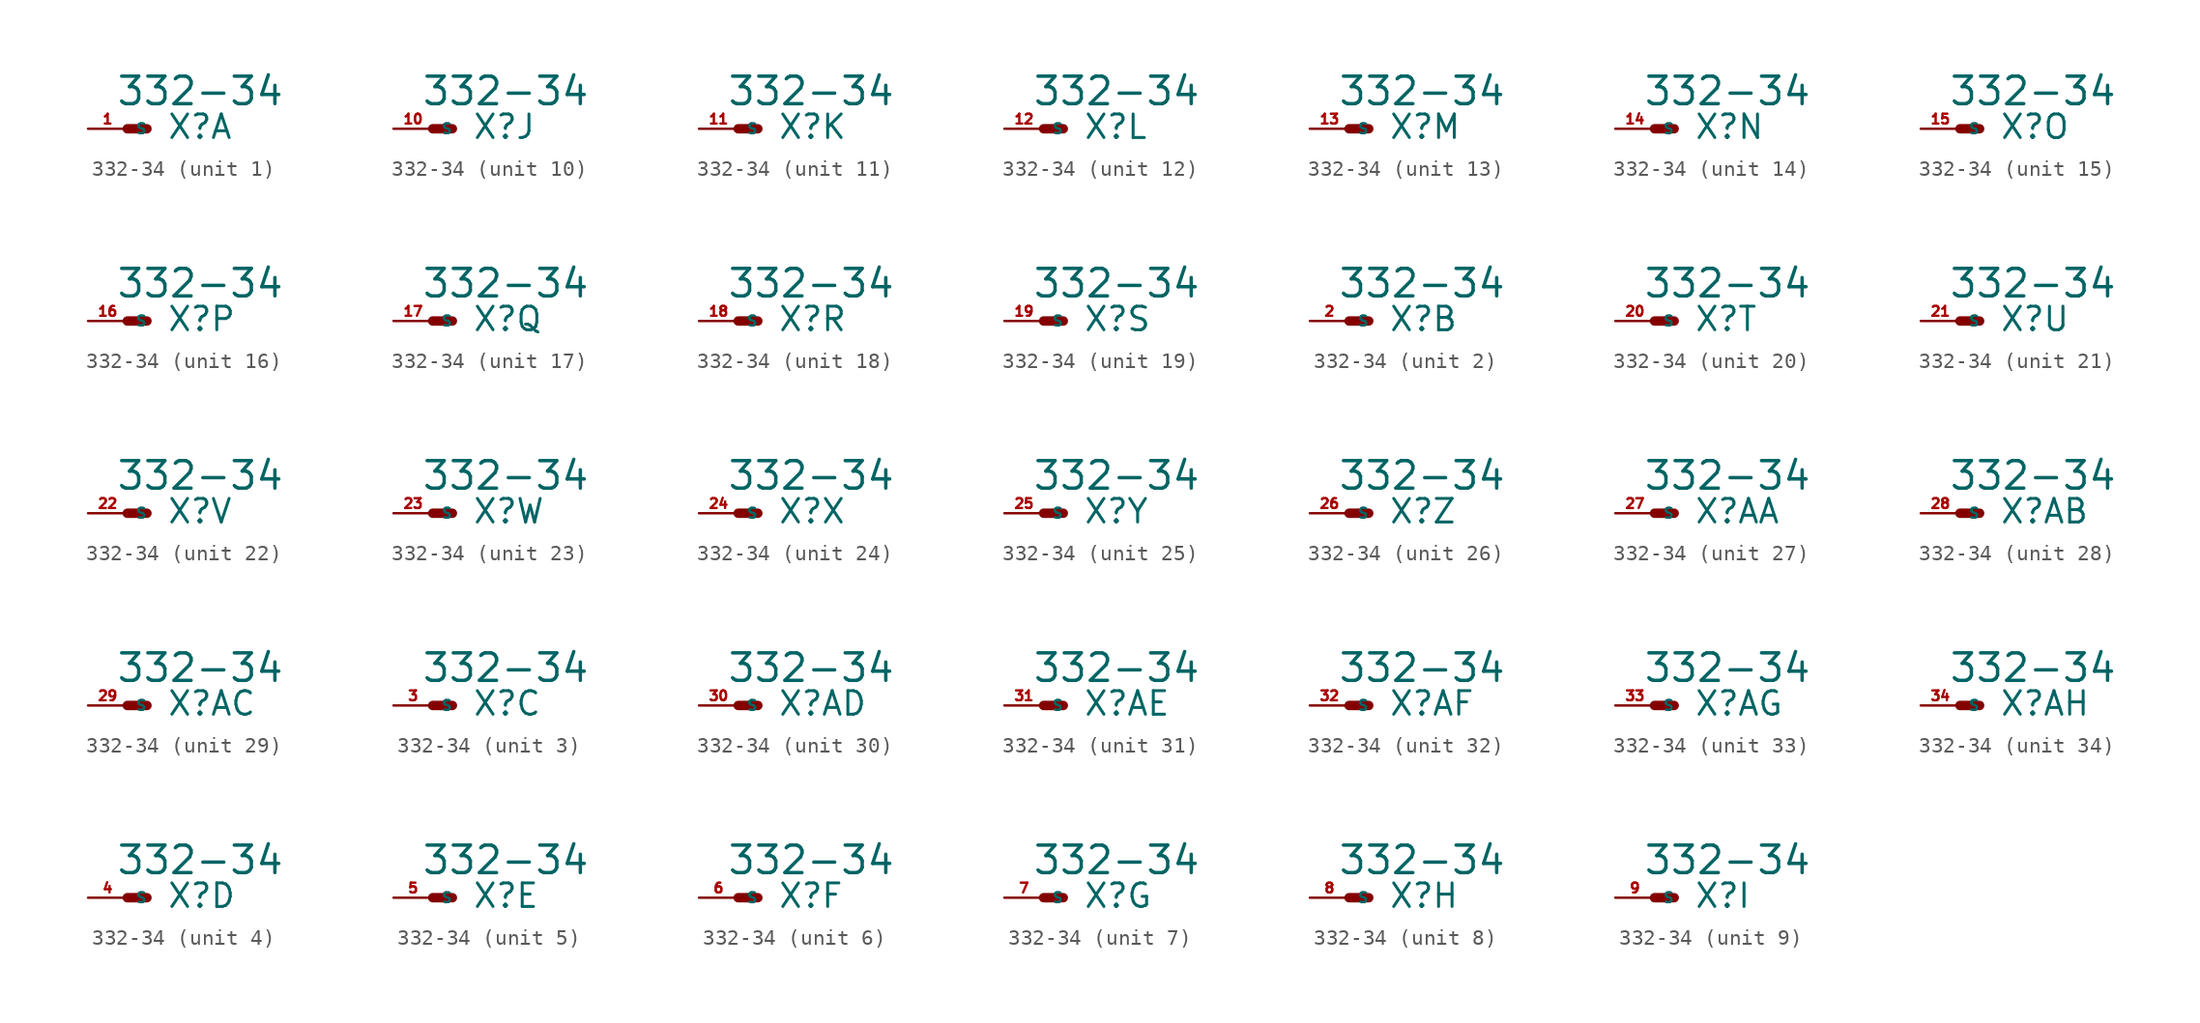
<source format=kicad_sym>
(kicad_symbol_lib
  (version 20220914)
  (generator Eagle2Kicad)
  (symbol "332-34"
    (property "Reference" "X"
      (at 2.54 -0.762 0)
      (effects (font (size 1.524 1.524) (thickness 0.19)) (justify left bottom)))
    (property "Value" "332-34"
      (at -0.762 1.397 0)
      (effects (font (size 1.778 1.778) (thickness 0.22)) (justify left bottom)))
    (symbol "332-34_1_0"
      (polyline (pts (xy 1.27 0) (xy 0 0)) (stroke (width 0.61) (type default)) (fill (type none)))
      (pin passive line (at -2.54 0 0) (length 2.54) (name "S" (effects (font (size 0.635 0.635) (thickness 0.08)) (justify left bottom))) (number "1" (effects (font (size 0.635 0.635) (thickness 0.08)) (justify left bottom)))))
    (symbol "332-34_2_0"
      (polyline (pts (xy 1.27 0) (xy 0 0)) (stroke (width 0.61) (type default)) (fill (type none)))
      (pin passive line (at -2.54 0 0) (length 2.54) (name "S" (effects (font (size 0.635 0.635) (thickness 0.08)) (justify left bottom))) (number "2" (effects (font (size 0.635 0.635) (thickness 0.08)) (justify left bottom)))))
    (symbol "332-34_3_0"
      (polyline (pts (xy 1.27 0) (xy 0 0)) (stroke (width 0.61) (type default)) (fill (type none)))
      (pin passive line (at -2.54 0 0) (length 2.54) (name "S" (effects (font (size 0.635 0.635) (thickness 0.08)) (justify left bottom))) (number "3" (effects (font (size 0.635 0.635) (thickness 0.08)) (justify left bottom)))))
    (symbol "332-34_4_0"
      (polyline (pts (xy 1.27 0) (xy 0 0)) (stroke (width 0.61) (type default)) (fill (type none)))
      (pin passive line (at -2.54 0 0) (length 2.54) (name "S" (effects (font (size 0.635 0.635) (thickness 0.08)) (justify left bottom))) (number "4" (effects (font (size 0.635 0.635) (thickness 0.08)) (justify left bottom)))))
    (symbol "332-34_5_0"
      (polyline (pts (xy 1.27 0) (xy 0 0)) (stroke (width 0.61) (type default)) (fill (type none)))
      (pin passive line (at -2.54 0 0) (length 2.54) (name "S" (effects (font (size 0.635 0.635) (thickness 0.08)) (justify left bottom))) (number "5" (effects (font (size 0.635 0.635) (thickness 0.08)) (justify left bottom)))))
    (symbol "332-34_6_0"
      (polyline (pts (xy 1.27 0) (xy 0 0)) (stroke (width 0.61) (type default)) (fill (type none)))
      (pin passive line (at -2.54 0 0) (length 2.54) (name "S" (effects (font (size 0.635 0.635) (thickness 0.08)) (justify left bottom))) (number "6" (effects (font (size 0.635 0.635) (thickness 0.08)) (justify left bottom)))))
    (symbol "332-34_7_0"
      (polyline (pts (xy 1.27 0) (xy 0 0)) (stroke (width 0.61) (type default)) (fill (type none)))
      (pin passive line (at -2.54 0 0) (length 2.54) (name "S" (effects (font (size 0.635 0.635) (thickness 0.08)) (justify left bottom))) (number "7" (effects (font (size 0.635 0.635) (thickness 0.08)) (justify left bottom)))))
    (symbol "332-34_8_0"
      (polyline (pts (xy 1.27 0) (xy 0 0)) (stroke (width 0.61) (type default)) (fill (type none)))
      (pin passive line (at -2.54 0 0) (length 2.54) (name "S" (effects (font (size 0.635 0.635) (thickness 0.08)) (justify left bottom))) (number "8" (effects (font (size 0.635 0.635) (thickness 0.08)) (justify left bottom)))))
    (symbol "332-34_9_0"
      (polyline (pts (xy 1.27 0) (xy 0 0)) (stroke (width 0.61) (type default)) (fill (type none)))
      (pin passive line (at -2.54 0 0) (length 2.54) (name "S" (effects (font (size 0.635 0.635) (thickness 0.08)) (justify left bottom))) (number "9" (effects (font (size 0.635 0.635) (thickness 0.08)) (justify left bottom)))))
    (symbol "332-34_10_0"
      (polyline (pts (xy 1.27 0) (xy 0 0)) (stroke (width 0.61) (type default)) (fill (type none)))
      (pin passive line (at -2.54 0 0) (length 2.54) (name "S" (effects (font (size 0.635 0.635) (thickness 0.08)) (justify left bottom))) (number "10" (effects (font (size 0.635 0.635) (thickness 0.08)) (justify left bottom)))))
    (symbol "332-34_11_0"
      (polyline (pts (xy 1.27 0) (xy 0 0)) (stroke (width 0.61) (type default)) (fill (type none)))
      (pin passive line (at -2.54 0 0) (length 2.54) (name "S" (effects (font (size 0.635 0.635) (thickness 0.08)) (justify left bottom))) (number "11" (effects (font (size 0.635 0.635) (thickness 0.08)) (justify left bottom)))))
    (symbol "332-34_12_0"
      (polyline (pts (xy 1.27 0) (xy 0 0)) (stroke (width 0.61) (type default)) (fill (type none)))
      (pin passive line (at -2.54 0 0) (length 2.54) (name "S" (effects (font (size 0.635 0.635) (thickness 0.08)) (justify left bottom))) (number "12" (effects (font (size 0.635 0.635) (thickness 0.08)) (justify left bottom)))))
    (symbol "332-34_13_0"
      (polyline (pts (xy 1.27 0) (xy 0 0)) (stroke (width 0.61) (type default)) (fill (type none)))
      (pin passive line (at -2.54 0 0) (length 2.54) (name "S" (effects (font (size 0.635 0.635) (thickness 0.08)) (justify left bottom))) (number "13" (effects (font (size 0.635 0.635) (thickness 0.08)) (justify left bottom)))))
    (symbol "332-34_14_0"
      (polyline (pts (xy 1.27 0) (xy 0 0)) (stroke (width 0.61) (type default)) (fill (type none)))
      (pin passive line (at -2.54 0 0) (length 2.54) (name "S" (effects (font (size 0.635 0.635) (thickness 0.08)) (justify left bottom))) (number "14" (effects (font (size 0.635 0.635) (thickness 0.08)) (justify left bottom)))))
    (symbol "332-34_15_0"
      (polyline (pts (xy 1.27 0) (xy 0 0)) (stroke (width 0.61) (type default)) (fill (type none)))
      (pin passive line (at -2.54 0 0) (length 2.54) (name "S" (effects (font (size 0.635 0.635) (thickness 0.08)) (justify left bottom))) (number "15" (effects (font (size 0.635 0.635) (thickness 0.08)) (justify left bottom)))))
    (symbol "332-34_16_0"
      (polyline (pts (xy 1.27 0) (xy 0 0)) (stroke (width 0.61) (type default)) (fill (type none)))
      (pin passive line (at -2.54 0 0) (length 2.54) (name "S" (effects (font (size 0.635 0.635) (thickness 0.08)) (justify left bottom))) (number "16" (effects (font (size 0.635 0.635) (thickness 0.08)) (justify left bottom)))))
    (symbol "332-34_17_0"
      (polyline (pts (xy 1.27 0) (xy 0 0)) (stroke (width 0.61) (type default)) (fill (type none)))
      (pin passive line (at -2.54 0 0) (length 2.54) (name "S" (effects (font (size 0.635 0.635) (thickness 0.08)) (justify left bottom))) (number "17" (effects (font (size 0.635 0.635) (thickness 0.08)) (justify left bottom)))))
    (symbol "332-34_18_0"
      (polyline (pts (xy 1.27 0) (xy 0 0)) (stroke (width 0.61) (type default)) (fill (type none)))
      (pin passive line (at -2.54 0 0) (length 2.54) (name "S" (effects (font (size 0.635 0.635) (thickness 0.08)) (justify left bottom))) (number "18" (effects (font (size 0.635 0.635) (thickness 0.08)) (justify left bottom)))))
    (symbol "332-34_19_0"
      (polyline (pts (xy 1.27 0) (xy 0 0)) (stroke (width 0.61) (type default)) (fill (type none)))
      (pin passive line (at -2.54 0 0) (length 2.54) (name "S" (effects (font (size 0.635 0.635) (thickness 0.08)) (justify left bottom))) (number "19" (effects (font (size 0.635 0.635) (thickness 0.08)) (justify left bottom)))))
    (symbol "332-34_20_0"
      (polyline (pts (xy 1.27 0) (xy 0 0)) (stroke (width 0.61) (type default)) (fill (type none)))
      (pin passive line (at -2.54 0 0) (length 2.54) (name "S" (effects (font (size 0.635 0.635) (thickness 0.08)) (justify left bottom))) (number "20" (effects (font (size 0.635 0.635) (thickness 0.08)) (justify left bottom)))))
    (symbol "332-34_21_0"
      (polyline (pts (xy 1.27 0) (xy 0 0)) (stroke (width 0.61) (type default)) (fill (type none)))
      (pin passive line (at -2.54 0 0) (length 2.54) (name "S" (effects (font (size 0.635 0.635) (thickness 0.08)) (justify left bottom))) (number "21" (effects (font (size 0.635 0.635) (thickness 0.08)) (justify left bottom)))))
    (symbol "332-34_22_0"
      (polyline (pts (xy 1.27 0) (xy 0 0)) (stroke (width 0.61) (type default)) (fill (type none)))
      (pin passive line (at -2.54 0 0) (length 2.54) (name "S" (effects (font (size 0.635 0.635) (thickness 0.08)) (justify left bottom))) (number "22" (effects (font (size 0.635 0.635) (thickness 0.08)) (justify left bottom)))))
    (symbol "332-34_23_0"
      (polyline (pts (xy 1.27 0) (xy 0 0)) (stroke (width 0.61) (type default)) (fill (type none)))
      (pin passive line (at -2.54 0 0) (length 2.54) (name "S" (effects (font (size 0.635 0.635) (thickness 0.08)) (justify left bottom))) (number "23" (effects (font (size 0.635 0.635) (thickness 0.08)) (justify left bottom)))))
    (symbol "332-34_24_0"
      (polyline (pts (xy 1.27 0) (xy 0 0)) (stroke (width 0.61) (type default)) (fill (type none)))
      (pin passive line (at -2.54 0 0) (length 2.54) (name "S" (effects (font (size 0.635 0.635) (thickness 0.08)) (justify left bottom))) (number "24" (effects (font (size 0.635 0.635) (thickness 0.08)) (justify left bottom)))))
    (symbol "332-34_25_0"
      (polyline (pts (xy 1.27 0) (xy 0 0)) (stroke (width 0.61) (type default)) (fill (type none)))
      (pin passive line (at -2.54 0 0) (length 2.54) (name "S" (effects (font (size 0.635 0.635) (thickness 0.08)) (justify left bottom))) (number "25" (effects (font (size 0.635 0.635) (thickness 0.08)) (justify left bottom)))))
    (symbol "332-34_26_0"
      (polyline (pts (xy 1.27 0) (xy 0 0)) (stroke (width 0.61) (type default)) (fill (type none)))
      (pin passive line (at -2.54 0 0) (length 2.54) (name "S" (effects (font (size 0.635 0.635) (thickness 0.08)) (justify left bottom))) (number "26" (effects (font (size 0.635 0.635) (thickness 0.08)) (justify left bottom)))))
    (symbol "332-34_27_0"
      (polyline (pts (xy 1.27 0) (xy 0 0)) (stroke (width 0.61) (type default)) (fill (type none)))
      (pin passive line (at -2.54 0 0) (length 2.54) (name "S" (effects (font (size 0.635 0.635) (thickness 0.08)) (justify left bottom))) (number "27" (effects (font (size 0.635 0.635) (thickness 0.08)) (justify left bottom)))))
    (symbol "332-34_28_0"
      (polyline (pts (xy 1.27 0) (xy 0 0)) (stroke (width 0.61) (type default)) (fill (type none)))
      (pin passive line (at -2.54 0 0) (length 2.54) (name "S" (effects (font (size 0.635 0.635) (thickness 0.08)) (justify left bottom))) (number "28" (effects (font (size 0.635 0.635) (thickness 0.08)) (justify left bottom)))))
    (symbol "332-34_29_0"
      (polyline (pts (xy 1.27 0) (xy 0 0)) (stroke (width 0.61) (type default)) (fill (type none)))
      (pin passive line (at -2.54 0 0) (length 2.54) (name "S" (effects (font (size 0.635 0.635) (thickness 0.08)) (justify left bottom))) (number "29" (effects (font (size 0.635 0.635) (thickness 0.08)) (justify left bottom)))))
    (symbol "332-34_30_0"
      (polyline (pts (xy 1.27 0) (xy 0 0)) (stroke (width 0.61) (type default)) (fill (type none)))
      (pin passive line (at -2.54 0 0) (length 2.54) (name "S" (effects (font (size 0.635 0.635) (thickness 0.08)) (justify left bottom))) (number "30" (effects (font (size 0.635 0.635) (thickness 0.08)) (justify left bottom)))))
    (symbol "332-34_31_0"
      (polyline (pts (xy 1.27 0) (xy 0 0)) (stroke (width 0.61) (type default)) (fill (type none)))
      (pin passive line (at -2.54 0 0) (length 2.54) (name "S" (effects (font (size 0.635 0.635) (thickness 0.08)) (justify left bottom))) (number "31" (effects (font (size 0.635 0.635) (thickness 0.08)) (justify left bottom)))))
    (symbol "332-34_32_0"
      (polyline (pts (xy 1.27 0) (xy 0 0)) (stroke (width 0.61) (type default)) (fill (type none)))
      (pin passive line (at -2.54 0 0) (length 2.54) (name "S" (effects (font (size 0.635 0.635) (thickness 0.08)) (justify left bottom))) (number "32" (effects (font (size 0.635 0.635) (thickness 0.08)) (justify left bottom)))))
    (symbol "332-34_33_0"
      (polyline (pts (xy 1.27 0) (xy 0 0)) (stroke (width 0.61) (type default)) (fill (type none)))
      (pin passive line (at -2.54 0 0) (length 2.54) (name "S" (effects (font (size 0.635 0.635) (thickness 0.08)) (justify left bottom))) (number "33" (effects (font (size 0.635 0.635) (thickness 0.08)) (justify left bottom)))))
    (symbol "332-34_34_0"
      (polyline (pts (xy 1.27 0) (xy 0 0)) (stroke (width 0.61) (type default)) (fill (type none)))
      (pin passive line (at -2.54 0 0) (length 2.54) (name "S" (effects (font (size 0.635 0.635) (thickness 0.08)) (justify left bottom))) (number "34" (effects (font (size 0.635 0.635) (thickness 0.08)) (justify left bottom)))))))
</source>
